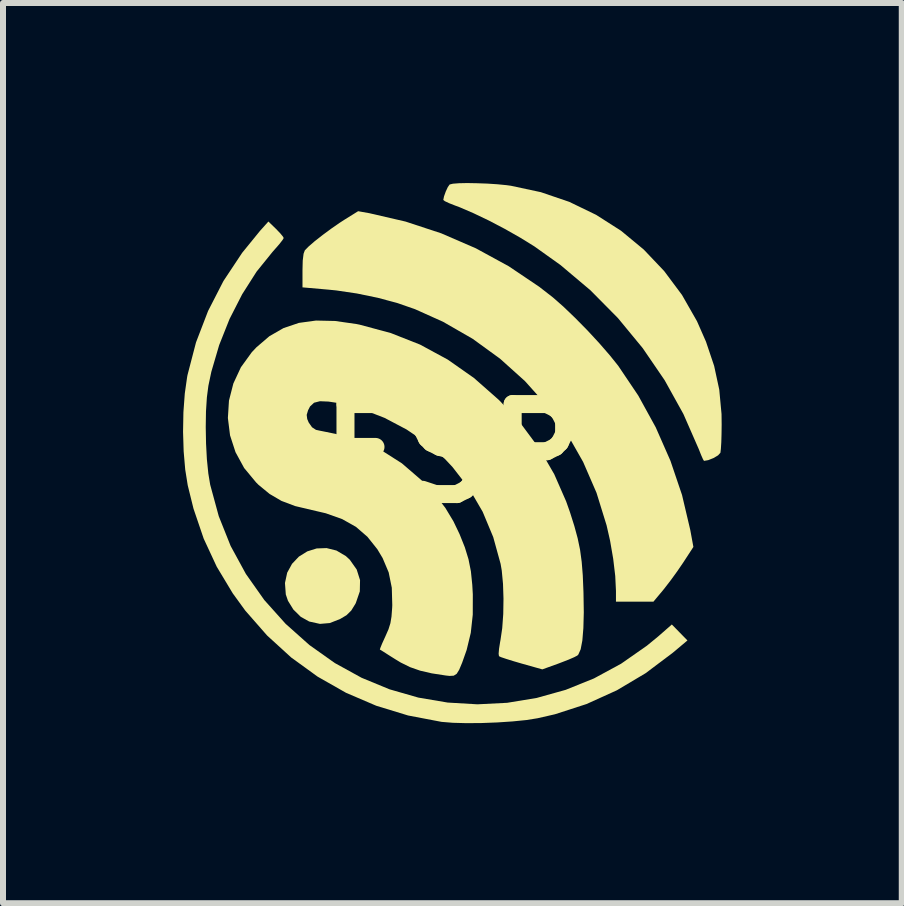
<source format=kicad_pcb>
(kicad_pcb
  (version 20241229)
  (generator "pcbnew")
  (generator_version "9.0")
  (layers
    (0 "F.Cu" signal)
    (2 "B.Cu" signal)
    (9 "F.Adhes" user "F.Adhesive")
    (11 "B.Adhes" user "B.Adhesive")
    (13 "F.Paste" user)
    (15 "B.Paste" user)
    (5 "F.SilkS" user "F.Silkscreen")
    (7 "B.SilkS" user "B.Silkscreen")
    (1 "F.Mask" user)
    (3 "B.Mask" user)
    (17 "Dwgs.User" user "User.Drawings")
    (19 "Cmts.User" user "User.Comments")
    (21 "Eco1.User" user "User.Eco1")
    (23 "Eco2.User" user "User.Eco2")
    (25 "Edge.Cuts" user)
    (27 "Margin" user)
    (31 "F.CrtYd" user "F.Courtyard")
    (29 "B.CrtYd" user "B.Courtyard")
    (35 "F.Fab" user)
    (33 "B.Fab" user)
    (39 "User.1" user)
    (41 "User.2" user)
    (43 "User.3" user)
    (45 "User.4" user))
  (footprint "ESP"
    (layer "F.Cu")
    (at 4.492 4.504)
    (property "Reference" "ESP" (at 0 0 0) (layer "F.SilkS") (effects (font (size 1.5 1.5) (thickness 0.3))))
    (attr board_only exclude_from_pos_files exclude_from_bom)
    (fp_poly (pts (xy -1.936 1.619) (xy -1.78 1.711) (xy -1.714 1.772) (xy -1.599 1.935) (xy -1.543 2.112) (xy -1.547 2.3) (xy -1.613 2.492) (xy -1.62 2.506) (xy -1.689 2.618) (xy -1.768 2.696) (xy -1.874 2.759) (xy -2.046 2.827) (xy -2.211 2.841) (xy -2.388 2.802) (xy -2.393 2.8) (xy -2.531 2.723) (xy -2.654 2.602) (xy -2.744 2.456) (xy -2.78 2.351) (xy -2.794 2.16) (xy -2.757 1.988) (xy -2.676 1.84) (xy -2.562 1.72) (xy -2.422 1.633) (xy -2.266 1.584) (xy -2.101 1.578)) (stroke (width 0) (type solid)) (fill yes) (layer "F.SilkS"))
    (fp_poly (pts (xy 0.403 -4.501) (xy 0.575 -4.495) (xy 0.744 -4.484) (xy 0.897 -4.469) (xy 0.97 -4.459) (xy 1.47 -4.352) (xy 1.945 -4.19) (xy 2.391 -3.974) (xy 2.806 -3.709) (xy 3.184 -3.396) (xy 3.524 -3.038) (xy 3.821 -2.64) (xy 4.071 -2.202) (xy 4.221 -1.861) (xy 4.357 -1.457) (xy 4.442 -1.062) (xy 4.48 -0.655) (xy 4.482 -0.482) (xy 4.48 -0.323) (xy 4.476 -0.183) (xy 4.469 -0.075) (xy 4.462 -0.014) (xy 4.461 -0.01) (xy 4.422 0.033) (xy 4.346 0.078) (xy 4.258 0.113) (xy 4.188 0.125) (xy 4.171 0.098) (xy 4.14 0.028) (xy 4.101 -0.07) (xy 3.844 -0.657) (xy 3.532 -1.219) (xy 3.167 -1.753) (xy 2.754 -2.254) (xy 2.296 -2.717) (xy 1.797 -3.138) (xy 1.361 -3.449) (xy 1.128 -3.593) (xy 0.871 -3.739) (xy 0.606 -3.878) (xy 0.351 -4) (xy 0.122 -4.099) (xy 0.039 -4.13) (xy -0.06 -4.169) (xy -0.13 -4.202) (xy -0.156 -4.222) (xy -0.144 -4.282) (xy -0.115 -4.363) (xy -0.08 -4.438) (xy -0.05 -4.48) (xy -0.05 -4.48) (xy 0.003 -4.493) (xy 0.104 -4.501) (xy 0.242 -4.504)) (stroke (width 0) (type solid)) (fill yes) (layer "F.SilkS"))
    (fp_poly (pts (xy -1.389 -4.002) (xy -0.784 -3.862) (xy -0.189 -3.666) (xy 0.386 -3.417) (xy 0.934 -3.118) (xy 1.445 -2.774) (xy 1.671 -2.598) (xy 1.844 -2.446) (xy 2.04 -2.258) (xy 2.245 -2.05) (xy 2.443 -1.836) (xy 2.62 -1.632) (xy 2.758 -1.46) (xy 3.092 -0.964) (xy 3.384 -0.433) (xy 3.629 0.124) (xy 3.822 0.694) (xy 3.957 1.267) (xy 3.96 1.281) (xy 4.011 1.559) (xy 3.841 1.82) (xy 3.744 1.962) (xy 3.636 2.111) (xy 3.535 2.242) (xy 3.508 2.276) (xy 3.345 2.471) (xy 3.033 2.471) (xy 2.721 2.471) (xy 2.721 2.291) (xy 2.709 2.043) (xy 2.675 1.757) (xy 2.623 1.455) (xy 2.565 1.2) (xy 2.397 0.657) (xy 2.174 0.143) (xy 1.899 -0.341) (xy 1.575 -0.791) (xy 1.204 -1.205) (xy 0.789 -1.578) (xy 0.333 -1.909) (xy -0.161 -2.193) (xy -0.626 -2.402) (xy -0.916 -2.503) (xy -1.246 -2.592) (xy -1.595 -2.664) (xy -1.94 -2.715) (xy -2.07 -2.728) (xy -2.502 -2.766) (xy -2.502 -3.051) (xy -2.498 -3.213) (xy -2.484 -3.326) (xy -2.463 -3.383) (xy -2.399 -3.448) (xy -2.296 -3.537) (xy -2.167 -3.638) (xy -2.025 -3.743) (xy -1.885 -3.84) (xy -1.808 -3.89) (xy -1.575 -4.035)) (stroke (width 0) (type solid)) (fill yes) (layer "F.SilkS"))
    (fp_poly (pts (xy -2.943 -3.74) (xy -2.873 -3.667) (xy -2.827 -3.611) (xy -2.815 -3.588) (xy -2.835 -3.554) (xy -2.888 -3.486) (xy -2.965 -3.398) (xy -3.001 -3.357) (xy -3.267 -3.028) (xy -3.507 -2.651) (xy -3.717 -2.24) (xy -3.89 -1.805) (xy -4.021 -1.359) (xy -4.07 -1.126) (xy -4.095 -0.934) (xy -4.11 -0.699) (xy -4.114 -0.436) (xy -4.109 -0.165) (xy -4.095 0.098) (xy -4.071 0.335) (xy -4.04 0.522) (xy -3.897 1.047) (xy -3.699 1.543) (xy -3.445 2.009) (xy -3.138 2.444) (xy -2.783 2.84) (xy -2.387 3.193) (xy -1.964 3.493) (xy -1.517 3.739) (xy -1.052 3.931) (xy -0.572 4.069) (xy -0.082 4.152) (xy 0.413 4.181) (xy 0.908 4.156) (xy 1.4 4.075) (xy 1.883 3.94) (xy 2.354 3.75) (xy 2.806 3.505) (xy 3.237 3.204) (xy 3.427 3.048) (xy 3.652 2.851) (xy 3.782 2.984) (xy 3.912 3.117) (xy 3.669 3.321) (xy 3.216 3.662) (xy 2.737 3.947) (xy 2.232 4.176) (xy 1.704 4.347) (xy 1.416 4.413) (xy 1.229 4.443) (xy 0.999 4.466) (xy 0.745 4.483) (xy 0.483 4.493) (xy 0.23 4.495) (xy 0.004 4.489) (xy -0.179 4.474) (xy -0.188 4.473) (xy -0.743 4.367) (xy -1.273 4.205) (xy -1.777 3.989) (xy -2.25 3.72) (xy -2.69 3.401) (xy -3.092 3.034) (xy -3.455 2.62) (xy -3.664 2.332) (xy -3.931 1.888) (xy -4.148 1.421) (xy -4.318 0.921) (xy -4.414 0.532) (xy -4.456 0.269) (xy -4.482 -0.034) (xy -4.492 -0.359) (xy -4.486 -0.687) (xy -4.463 -0.998) (xy -4.424 -1.273) (xy -4.418 -1.305) (xy -4.276 -1.85) (xy -4.075 -2.373) (xy -3.819 -2.872) (xy -3.507 -3.342) (xy -3.21 -3.707) (xy -3.07 -3.863)) (stroke (width 0) (type solid)) (fill yes) (layer "F.SilkS"))
    (fp_poly (pts (xy -1.959 -2.206) (xy -1.602 -2.155) (xy -1.548 -2.144) (xy -1.031 -2.005) (xy -0.542 -1.812) (xy -0.081 -1.562) (xy 0.355 -1.256) (xy 0.767 -0.893) (xy 0.799 -0.861) (xy 1.152 -0.474) (xy 1.449 -0.074) (xy 1.693 0.348) (xy 1.891 0.8) (xy 1.955 0.981) (xy 2.028 1.212) (xy 2.083 1.415) (xy 2.123 1.607) (xy 2.15 1.807) (xy 2.168 2.031) (xy 2.179 2.298) (xy 2.18 2.331) (xy 2.185 2.648) (xy 2.178 2.911) (xy 2.161 3.117) (xy 2.133 3.264) (xy 2.094 3.352) (xy 2.077 3.369) (xy 2.025 3.396) (xy 1.931 3.437) (xy 1.812 3.483) (xy 1.76 3.503) (xy 1.494 3.599) (xy 1.146 3.501) (xy 1.006 3.46) (xy 0.888 3.423) (xy 0.805 3.395) (xy 0.772 3.379) (xy 0.766 3.339) (xy 0.773 3.255) (xy 0.791 3.142) (xy 0.797 3.11) (xy 0.826 2.912) (xy 0.843 2.676) (xy 0.847 2.422) (xy 0.839 2.174) (xy 0.818 1.952) (xy 0.799 1.841) (xy 0.676 1.395) (xy 0.5 0.973) (xy 0.272 0.581) (xy -0.003 0.227) (xy -0.13 0.092) (xy -0.429 -0.169) (xy -0.768 -0.398) (xy -1.134 -0.591) (xy -1.515 -0.739) (xy -1.896 -0.837) (xy -2.068 -0.863) (xy -2.211 -0.869) (xy -2.309 -0.844) (xy -2.376 -0.782) (xy -2.409 -0.718) (xy -2.432 -0.641) (xy -2.423 -0.572) (xy -2.399 -0.515) (xy -2.343 -0.435) (xy -2.279 -0.393) (xy -2.277 -0.392) (xy -2.213 -0.378) (xy -2.108 -0.357) (xy -1.982 -0.331) (xy -1.955 -0.326) (xy -1.56 -0.218) (xy -1.191 -0.054) (xy -0.846 0.166) (xy -0.522 0.445) (xy -0.499 0.468) (xy -0.289 0.692) (xy -0.122 0.908) (xy 0.013 1.132) (xy 0.115 1.345) (xy 0.203 1.565) (xy 0.264 1.764) (xy 0.304 1.965) (xy 0.327 2.191) (xy 0.336 2.35) (xy 0.335 2.688) (xy 0.302 2.99) (xy 0.233 3.276) (xy 0.158 3.488) (xy 0.109 3.605) (xy 0.067 3.673) (xy 0.018 3.704) (xy -0.05 3.708) (xy -0.109 3.702) (xy -0.349 3.665) (xy -0.543 3.62) (xy -0.709 3.562) (xy -0.865 3.485) (xy -0.951 3.433) (xy -1.061 3.364) (xy -1.148 3.308) (xy -1.202 3.275) (xy -1.213 3.268) (xy -1.204 3.239) (xy -1.175 3.168) (xy -1.13 3.069) (xy -1.12 3.047) (xy -1.069 2.931) (xy -1.037 2.829) (xy -1.019 2.719) (xy -1.008 2.575) (xy -1.006 2.528) (xy -1.014 2.239) (xy -1.066 1.983) (xy -1.167 1.744) (xy -1.255 1.597) (xy -1.42 1.39) (xy -1.612 1.224) (xy -1.841 1.095) (xy -2.114 0.998) (xy -2.35 0.943) (xy -2.624 0.878) (xy -2.852 0.792) (xy -3.05 0.676) (xy -3.235 0.524) (xy -3.275 0.484) (xy -3.474 0.244) (xy -3.618 -0.02) (xy -3.709 -0.3) (xy -3.745 -0.589) (xy -3.727 -0.879) (xy -3.654 -1.164) (xy -3.528 -1.435) (xy -3.347 -1.685) (xy -3.271 -1.766) (xy -3.054 -1.952) (xy -2.819 -2.087) (xy -2.562 -2.174) (xy -2.277 -2.213)) (stroke (width 0) (type solid)) (fill yes) (layer "F.SilkS")))
  (gr_rect
    (start -3 -3)
    (end 11.975 11.999)
    (stroke (width 0.1) (type default))
    (fill no)
    (layer "Edge.Cuts")))
</source>
